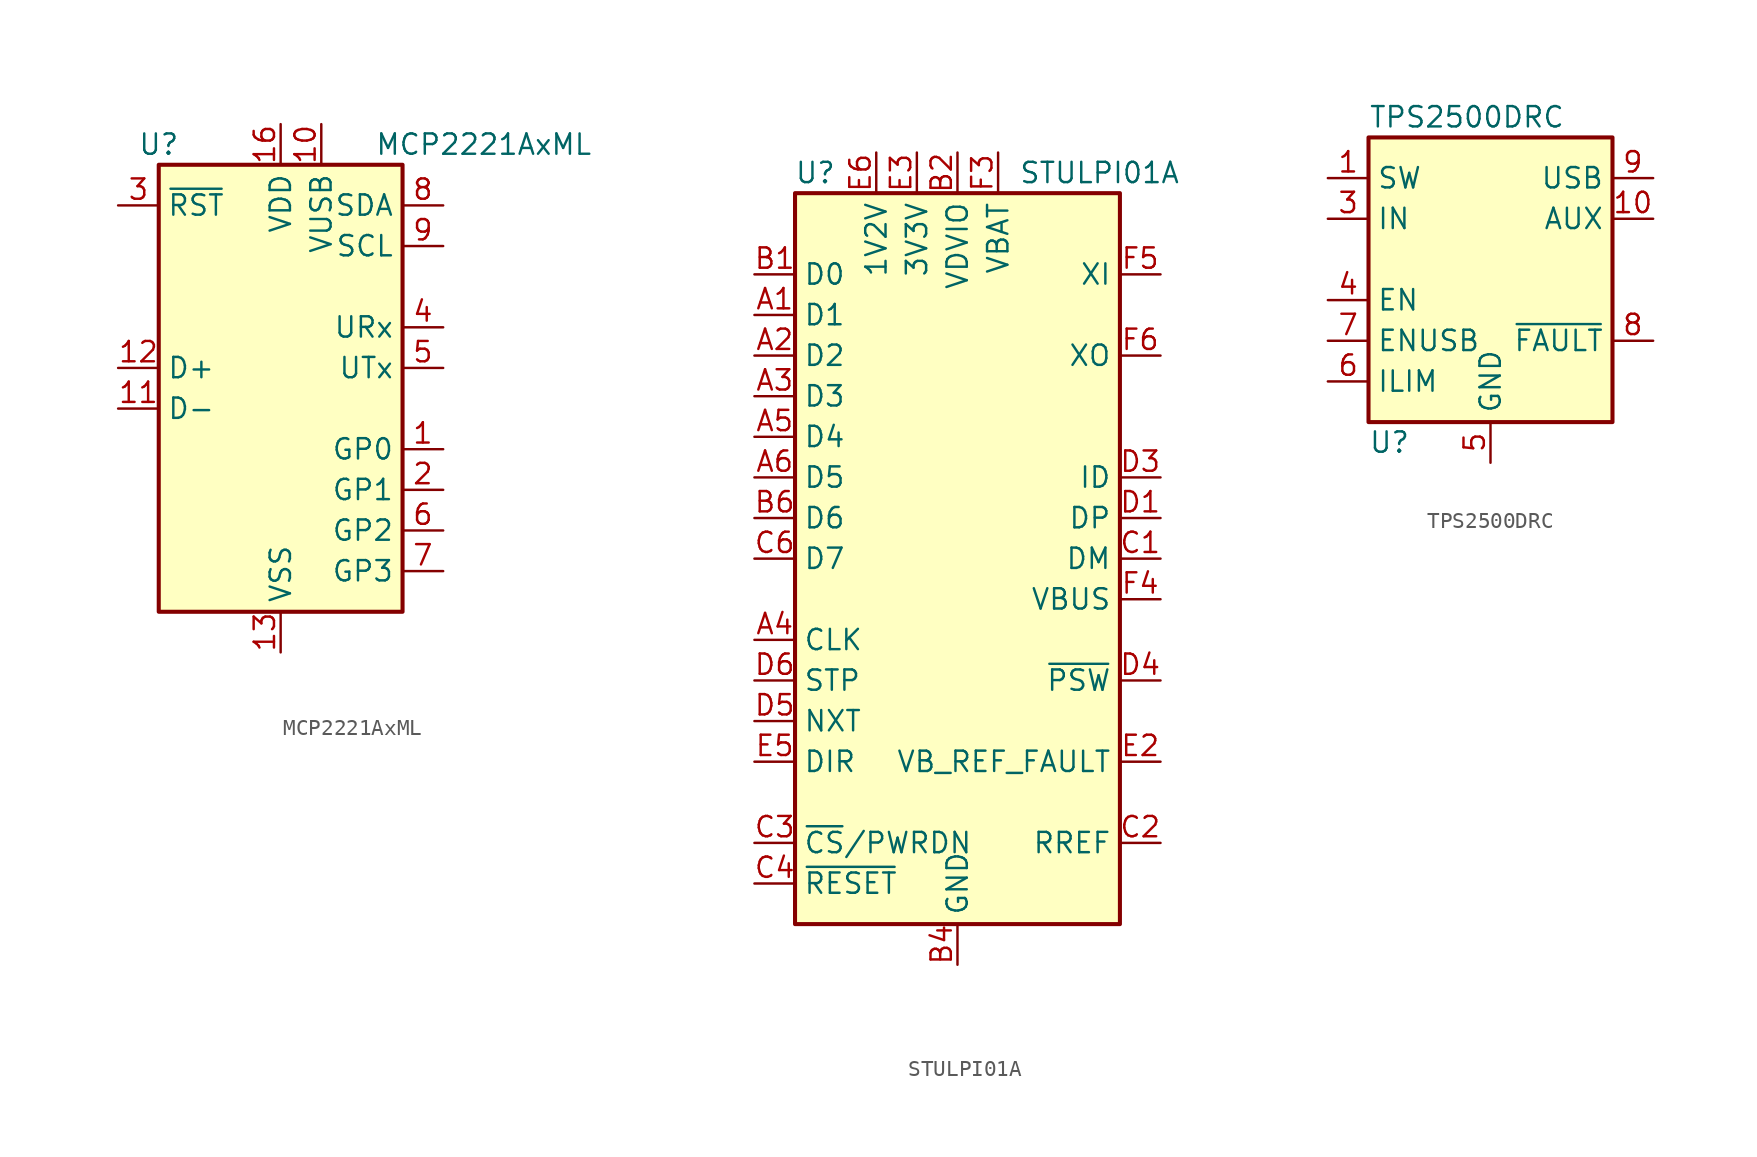
<source format=kicad_sym>
(kicad_symbol_lib
  (version 20211014)
  (generator kicad_symbol_editor)
  (symbol "MCP2221AxML"
    (property "Reference" "U"
      (at -7.62 16.51 0)
      (effects (font (size 1.27 1.27))))
    (property "Value" "MCP2221AxML"
      (at 12.7 16.51 0)
      (effects (font (size 1.27 1.27))))
    (symbol "MCP2221AxML_0_1"
      (rectangle (start -7.62 15.24) (end 7.62 -12.7) (stroke (width 0.254) (type default) (color 0 0 0 0)) (fill (type background))))
    (symbol "MCP2221AxML_1_1"
      (pin bidirectional line (at 10.16 -2.54 180) (length 2.54) (name "GP0" (effects (font (size 1.27 1.27)))) (number "1" (effects (font (size 1.27 1.27)))))
      (pin passive line (at 2.54 17.78 270) (length 2.54) (name "VUSB" (effects (font (size 1.27 1.27)))) (number "10" (effects (font (size 1.27 1.27)))))
      (pin bidirectional line (at -10.16 0 0) (length 2.54) (name "D-" (effects (font (size 1.27 1.27)))) (number "11" (effects (font (size 1.27 1.27)))))
      (pin bidirectional line (at -10.16 2.54 0) (length 2.54) (name "D+" (effects (font (size 1.27 1.27)))) (number "12" (effects (font (size 1.27 1.27)))))
      (pin power_in line (at 0 -15.24 90) (length 2.54) (name "VSS" (effects (font (size 1.27 1.27)))) (number "13" (effects (font (size 1.27 1.27)))))
      (pin no_connect line (at -7.62 -2.54 0) (length 2.54) hide (name "NC" (effects (font (size 1.27 1.27)))) (number "14" (effects (font (size 1.27 1.27)))))
      (pin no_connect line (at -7.62 -5.08 0) (length 2.54) hide (name "NC" (effects (font (size 1.27 1.27)))) (number "15" (effects (font (size 1.27 1.27)))))
      (pin power_in line (at 0 17.78 270) (length 2.54) (name "VDD" (effects (font (size 1.27 1.27)))) (number "16" (effects (font (size 1.27 1.27)))))
      (pin no_connect line (at -7.62 -7.62 0) (length 2.54) hide (name "NC" (effects (font (size 1.27 1.27)))) (number "17" (effects (font (size 1.27 1.27)))))
      (pin bidirectional line (at 10.16 -5.08 180) (length 2.54) (name "GP1" (effects (font (size 1.27 1.27)))) (number "2" (effects (font (size 1.27 1.27)))))
      (pin input line (at -10.16 12.7 0) (length 2.54) (name "~{RST}" (effects (font (size 1.27 1.27)))) (number "3" (effects (font (size 1.27 1.27)))))
      (pin input line (at 10.16 5.08 180) (length 2.54) (name "URx" (effects (font (size 1.27 1.27)))) (number "4" (effects (font (size 1.27 1.27)))))
      (pin output line (at 10.16 2.54 180) (length 2.54) (name "UTx" (effects (font (size 1.27 1.27)))) (number "5" (effects (font (size 1.27 1.27)))))
      (pin bidirectional line (at 10.16 -7.62 180) (length 2.54) (name "GP2" (effects (font (size 1.27 1.27)))) (number "6" (effects (font (size 1.27 1.27)))))
      (pin bidirectional line (at 10.16 -10.16 180) (length 2.54) (name "GP3" (effects (font (size 1.27 1.27)))) (number "7" (effects (font (size 1.27 1.27)))))
      (pin bidirectional line (at 10.16 12.7 180) (length 2.54) (name "SDA" (effects (font (size 1.27 1.27)))) (number "8" (effects (font (size 1.27 1.27)))))
      (pin bidirectional line (at 10.16 10.16 180) (length 2.54) (name "SCL" (effects (font (size 1.27 1.27)))) (number "9" (effects (font (size 1.27 1.27)))))))
  (symbol "STULPI01A"
    (property "Reference" "U"
      (at -8.89 24.13 0)
      (effects (font (size 1.27 1.27))))
    (property "Value" "STULPI01A"
      (at 8.89 24.13 0)
      (effects (font (size 1.27 1.27))))
    (symbol "STULPI01A_0_1"
      (rectangle (start 10.16 -22.86) (end -10.16 22.86) (stroke (width 0.254) (type default) (color 0 0 0 0)) (fill (type background))))
    (symbol "STULPI01A_1_1"
      (pin bidirectional line (at -12.7 15.24 0) (length 2.54) (name "D1" (effects (font (size 1.27 1.27)))) (number "A1" (effects (font (size 1.27 1.27)))))
      (pin bidirectional line (at -12.7 12.7 0) (length 2.54) (name "D2" (effects (font (size 1.27 1.27)))) (number "A2" (effects (font (size 1.27 1.27)))))
      (pin bidirectional line (at -12.7 10.16 0) (length 2.54) (name "D3" (effects (font (size 1.27 1.27)))) (number "A3" (effects (font (size 1.27 1.27)))))
      (pin output line (at -12.7 -5.08 0) (length 2.54) (name "CLK" (effects (font (size 1.27 1.27)))) (number "A4" (effects (font (size 1.27 1.27)))))
      (pin bidirectional line (at -12.7 7.62 0) (length 2.54) (name "D4" (effects (font (size 1.27 1.27)))) (number "A5" (effects (font (size 1.27 1.27)))))
      (pin bidirectional line (at -12.7 5.08 0) (length 2.54) (name "D5" (effects (font (size 1.27 1.27)))) (number "A6" (effects (font (size 1.27 1.27)))))
      (pin bidirectional line (at -12.7 17.78 0) (length 2.54) (name "D0" (effects (font (size 1.27 1.27)))) (number "B1" (effects (font (size 1.27 1.27)))))
      (pin power_in line (at 0 25.4 270) (length 2.54) (name "VDVIO" (effects (font (size 1.27 1.27)))) (number "B2" (effects (font (size 1.27 1.27)))))
      (pin passive line (at 0 25.4 270) (length 2.54) hide (name "VDVIO" (effects (font (size 1.27 1.27)))) (number "B3" (effects (font (size 1.27 1.27)))))
      (pin power_in line (at 0 -25.4 90) (length 2.54) (name "GND" (effects (font (size 1.27 1.27)))) (number "B4" (effects (font (size 1.27 1.27)))))
      (pin passive line (at 0 25.4 270) (length 2.54) hide (name "VDVIO" (effects (font (size 1.27 1.27)))) (number "B5" (effects (font (size 1.27 1.27)))))
      (pin bidirectional line (at -12.7 2.54 0) (length 2.54) (name "D6" (effects (font (size 1.27 1.27)))) (number "B6" (effects (font (size 1.27 1.27)))))
      (pin bidirectional line (at 12.7 0 180) (length 2.54) (name "DM" (effects (font (size 1.27 1.27)))) (number "C1" (effects (font (size 1.27 1.27)))))
      (pin passive line (at 12.7 -17.78 180) (length 2.54) (name "RREF" (effects (font (size 1.27 1.27)))) (number "C2" (effects (font (size 1.27 1.27)))))
      (pin input line (at -12.7 -17.78 0) (length 2.54) (name "~{CS}/PWRDN" (effects (font (size 1.27 1.27)))) (number "C3" (effects (font (size 1.27 1.27)))))
      (pin input line (at -12.7 -20.32 0) (length 2.54) (name "~{RESET}" (effects (font (size 1.27 1.27)))) (number "C4" (effects (font (size 1.27 1.27)))))
      (pin passive line (at 0 -25.4 90) (length 2.54) hide (name "GND" (effects (font (size 1.27 1.27)))) (number "C5" (effects (font (size 1.27 1.27)))))
      (pin bidirectional line (at -12.7 0 0) (length 2.54) (name "D7" (effects (font (size 1.27 1.27)))) (number "C6" (effects (font (size 1.27 1.27)))))
      (pin bidirectional line (at 12.7 2.54 180) (length 2.54) (name "DP" (effects (font (size 1.27 1.27)))) (number "D1" (effects (font (size 1.27 1.27)))))
      (pin passive line (at 0 -25.4 90) (length 2.54) hide (name "GND" (effects (font (size 1.27 1.27)))) (number "D2" (effects (font (size 1.27 1.27)))))
      (pin input line (at 12.7 5.08 180) (length 2.54) (name "ID" (effects (font (size 1.27 1.27)))) (number "D3" (effects (font (size 1.27 1.27)))))
      (pin output line (at 12.7 -7.62 180) (length 2.54) (name "~{PSW}" (effects (font (size 1.27 1.27)))) (number "D4" (effects (font (size 1.27 1.27)))))
      (pin output line (at -12.7 -10.16 0) (length 2.54) (name "NXT" (effects (font (size 1.27 1.27)))) (number "D5" (effects (font (size 1.27 1.27)))))
      (pin input line (at -12.7 -7.62 0) (length 2.54) (name "STP" (effects (font (size 1.27 1.27)))) (number "D6" (effects (font (size 1.27 1.27)))))
      (pin passive line (at 0 -25.4 90) (length 2.54) hide (name "GND" (effects (font (size 1.27 1.27)))) (number "E1" (effects (font (size 1.27 1.27)))))
      (pin input line (at 12.7 -12.7 180) (length 2.54) (name "VB_REF_FAULT" (effects (font (size 1.27 1.27)))) (number "E2" (effects (font (size 1.27 1.27)))))
      (pin passive line (at -2.54 25.4 270) (length 2.54) (name "3V3V" (effects (font (size 1.27 1.27)))) (number "E3" (effects (font (size 1.27 1.27)))))
      (pin passive line (at 0 -25.4 90) (length 2.54) hide (name "GND" (effects (font (size 1.27 1.27)))) (number "E4" (effects (font (size 1.27 1.27)))))
      (pin output line (at -12.7 -12.7 0) (length 2.54) (name "DIR" (effects (font (size 1.27 1.27)))) (number "E5" (effects (font (size 1.27 1.27)))))
      (pin passive line (at -5.08 25.4 270) (length 2.54) (name "1V2V" (effects (font (size 1.27 1.27)))) (number "E6" (effects (font (size 1.27 1.27)))))
      (pin no_connect line (at -10.16 -2.54 0) (length 2.54) hide (name "NC" (effects (font (size 1.27 1.27)))) (number "F1" (effects (font (size 1.27 1.27)))))
      (pin no_connect line (at -10.16 -15.24 0) (length 2.54) hide (name "NC" (effects (font (size 1.27 1.27)))) (number "F2" (effects (font (size 1.27 1.27)))))
      (pin power_in line (at 2.54 25.4 270) (length 2.54) (name "VBAT" (effects (font (size 1.27 1.27)))) (number "F3" (effects (font (size 1.27 1.27)))))
      (pin bidirectional line (at 12.7 -2.54 180) (length 2.54) (name "VBUS" (effects (font (size 1.27 1.27)))) (number "F4" (effects (font (size 1.27 1.27)))))
      (pin input line (at 12.7 17.78 180) (length 2.54) (name "XI" (effects (font (size 1.27 1.27)))) (number "F5" (effects (font (size 1.27 1.27)))))
      (pin output line (at 12.7 12.7 180) (length 2.54) (name "XO" (effects (font (size 1.27 1.27)))) (number "F6" (effects (font (size 1.27 1.27)))))))
  (symbol "TPS2500DRC"
    (property "Reference" "U"
      (at -7.62 -11.43 0)
      (effects (font (size 1.27 1.27)) (justify left)))
    (property "Value" "TPS2500DRC"
      (at -7.62 8.89 0)
      (effects (font (size 1.27 1.27)) (justify left)))
    (symbol "TPS2500DRC_0_1"
      (rectangle (start -7.62 7.62) (end 7.62 -10.16) (stroke (width 0.254) (type default) (color 0 0 0 0)) (fill (type background))))
    (symbol "TPS2500DRC_1_1"
      (pin power_in line (at -10.16 5.08 0) (length 2.54) (name "SW" (effects (font (size 1.27 1.27)))) (number "1" (effects (font (size 1.27 1.27)))))
      (pin power_out line (at 10.16 2.54 180) (length 2.54) (name "AUX" (effects (font (size 1.27 1.27)))) (number "10" (effects (font (size 1.27 1.27)))))
      (pin passive line (at 0 -12.7 90) (length 2.54) hide (name "GND" (effects (font (size 1.27 1.27)))) (number "11" (effects (font (size 1.27 1.27)))))
      (pin passive line (at 0 -12.7 90) (length 2.54) hide (name "GND" (effects (font (size 1.27 1.27)))) (number "2" (effects (font (size 1.27 1.27)))))
      (pin power_in line (at -10.16 2.54 0) (length 2.54) (name "IN" (effects (font (size 1.27 1.27)))) (number "3" (effects (font (size 1.27 1.27)))))
      (pin input line (at -10.16 -2.54 0) (length 2.54) (name "EN" (effects (font (size 1.27 1.27)))) (number "4" (effects (font (size 1.27 1.27)))))
      (pin power_in line (at 0 -12.7 90) (length 2.54) (name "GND" (effects (font (size 1.27 1.27)))) (number "5" (effects (font (size 1.27 1.27)))))
      (pin passive line (at -10.16 -7.62 0) (length 2.54) (name "ILIM" (effects (font (size 1.27 1.27)))) (number "6" (effects (font (size 1.27 1.27)))))
      (pin input line (at -10.16 -5.08 0) (length 2.54) (name "ENUSB" (effects (font (size 1.27 1.27)))) (number "7" (effects (font (size 1.27 1.27)))))
      (pin open_collector line (at 10.16 -5.08 180) (length 2.54) (name "~{FAULT}" (effects (font (size 1.27 1.27)))) (number "8" (effects (font (size 1.27 1.27)))))
      (pin power_out line (at 10.16 5.08 180) (length 2.54) (name "USB" (effects (font (size 1.27 1.27)))) (number "9" (effects (font (size 1.27 1.27))))))))
</source>
